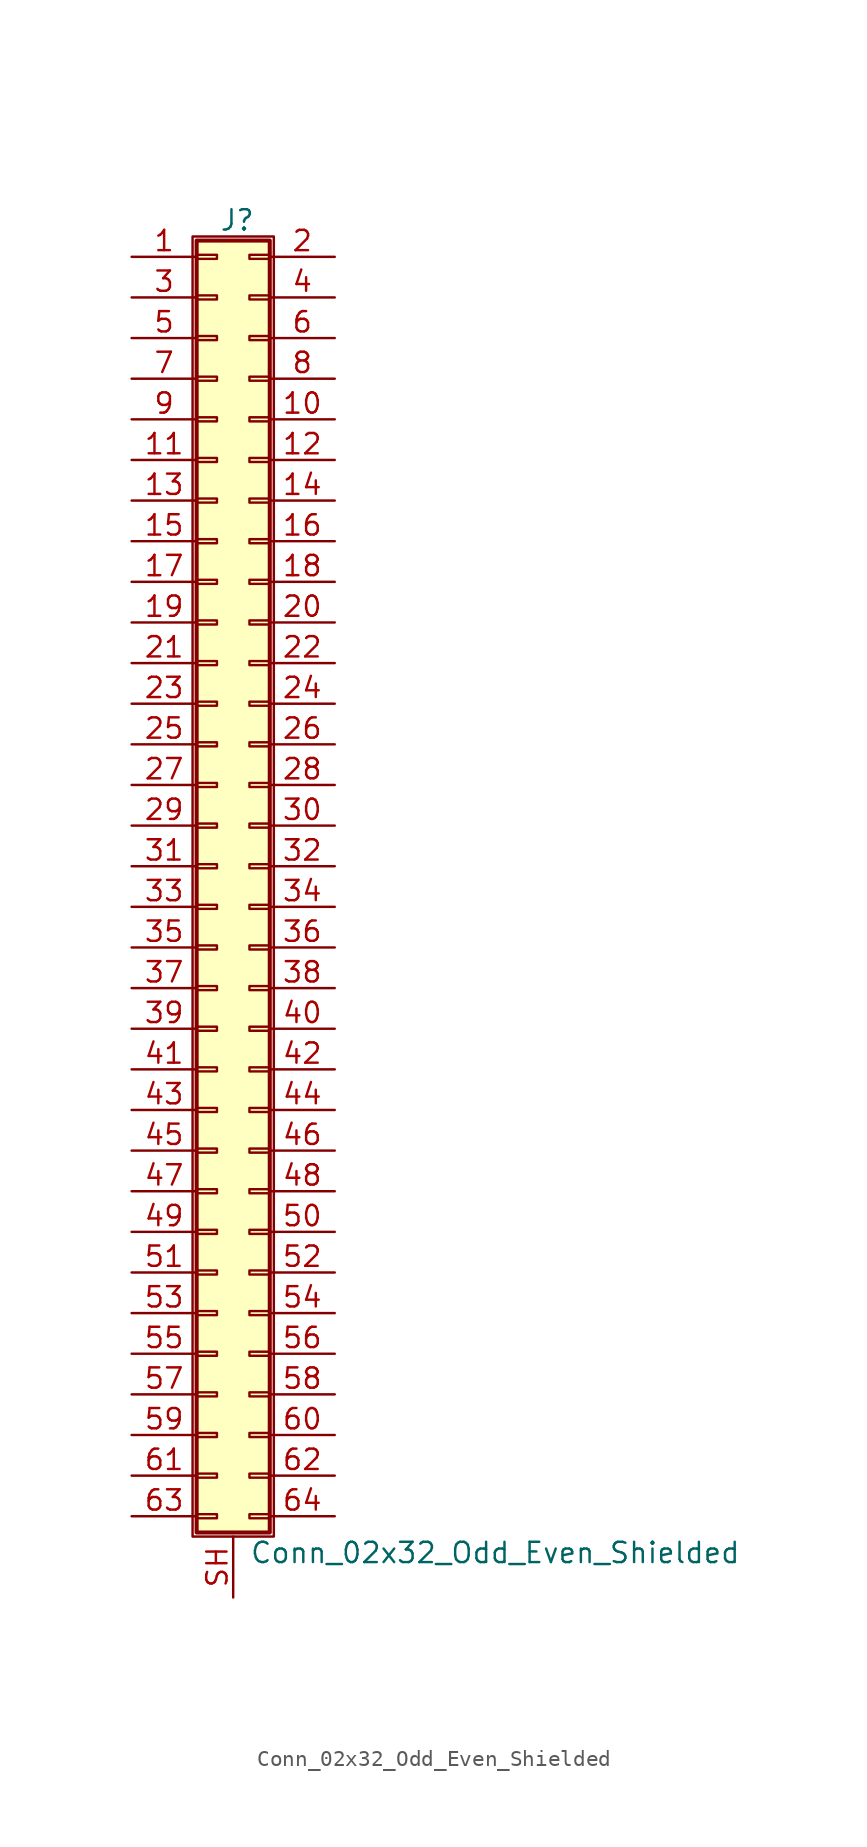
<source format=kicad_sym>
(kicad_symbol_lib
  (version 20201005)
  (generator kicad_symbol_editor)
  (symbol "Conn_02x32_Odd_Even_Shielded"
    (pin_names
      (offset 1.016) hide)
    (property "Reference" "J"
      (at 1.524 40.386 0)
      (effects (font (size 1.27 1.27))))
    (property "Value" "Conn_02x32_Odd_Even_Shielded"
      (at 2.286 -42.926 0)
      (effects (font (size 1.27 1.27)) (justify left)))
    (symbol "Conn_02x32_Odd_Even_Shielded_1_1"
      (rectangle (start -1.27 39.37) (end 3.81 -41.91) (stroke (width 0.152)) (fill (type none)))
      (rectangle (start -1.016 -40.513) (end 0.254 -40.767) (stroke (width 0.152)) (fill (type none)))
      (rectangle (start -1.016 -37.973) (end 0.254 -38.227) (stroke (width 0.152)) (fill (type none)))
      (rectangle (start -1.016 -35.433) (end 0.254 -35.687) (stroke (width 0.152)) (fill (type none)))
      (rectangle (start -1.016 -32.893) (end 0.254 -33.147) (stroke (width 0.152)) (fill (type none)))
      (rectangle (start -1.016 -30.353) (end 0.254 -30.607) (stroke (width 0.152)) (fill (type none)))
      (rectangle (start -1.016 -27.813) (end 0.254 -28.067) (stroke (width 0.152)) (fill (type none)))
      (rectangle (start -1.016 -25.273) (end 0.254 -25.527) (stroke (width 0.152)) (fill (type none)))
      (rectangle (start -1.016 -22.733) (end 0.254 -22.987) (stroke (width 0.152)) (fill (type none)))
      (rectangle (start -1.016 -20.193) (end 0.254 -20.447) (stroke (width 0.152)) (fill (type none)))
      (rectangle (start -1.016 -17.653) (end 0.254 -17.907) (stroke (width 0.152)) (fill (type none)))
      (rectangle (start -1.016 -15.113) (end 0.254 -15.367) (stroke (width 0.152)) (fill (type none)))
      (rectangle (start -1.016 -12.573) (end 0.254 -12.827) (stroke (width 0.152)) (fill (type none)))
      (rectangle (start -1.016 -10.033) (end 0.254 -10.287) (stroke (width 0.152)) (fill (type none)))
      (rectangle (start -1.016 -7.493) (end 0.254 -7.747) (stroke (width 0.152)) (fill (type none)))
      (rectangle (start -1.016 -4.953) (end 0.254 -5.207) (stroke (width 0.152)) (fill (type none)))
      (rectangle (start -1.016 -2.413) (end 0.254 -2.667) (stroke (width 0.152)) (fill (type none)))
      (rectangle (start -1.016 0.127) (end 0.254 -0.127) (stroke (width 0.152)) (fill (type none)))
      (rectangle (start -1.016 2.667) (end 0.254 2.413) (stroke (width 0.152)) (fill (type none)))
      (rectangle (start -1.016 5.207) (end 0.254 4.953) (stroke (width 0.152)) (fill (type none)))
      (rectangle (start -1.016 7.747) (end 0.254 7.493) (stroke (width 0.152)) (fill (type none)))
      (rectangle (start -1.016 10.287) (end 0.254 10.033) (stroke (width 0.152)) (fill (type none)))
      (rectangle (start -1.016 12.827) (end 0.254 12.573) (stroke (width 0.152)) (fill (type none)))
      (rectangle (start -1.016 15.367) (end 0.254 15.113) (stroke (width 0.152)) (fill (type none)))
      (rectangle (start -1.016 17.907) (end 0.254 17.653) (stroke (width 0.152)) (fill (type none)))
      (rectangle (start -1.016 20.447) (end 0.254 20.193) (stroke (width 0.152)) (fill (type none)))
      (rectangle (start -1.016 22.987) (end 0.254 22.733) (stroke (width 0.152)) (fill (type none)))
      (rectangle (start -1.016 25.527) (end 0.254 25.273) (stroke (width 0.152)) (fill (type none)))
      (rectangle (start -1.016 28.067) (end 0.254 27.813) (stroke (width 0.152)) (fill (type none)))
      (rectangle (start -1.016 30.607) (end 0.254 30.353) (stroke (width 0.152)) (fill (type none)))
      (rectangle (start -1.016 33.147) (end 0.254 32.893) (stroke (width 0.152)) (fill (type none)))
      (rectangle (start -1.016 35.687) (end 0.254 35.433) (stroke (width 0.152)) (fill (type none)))
      (rectangle (start -1.016 38.227) (end 0.254 37.973) (stroke (width 0.152)) (fill (type none)))
      (rectangle (start 3.556 -40.513) (end 2.286 -40.767) (stroke (width 0.152)) (fill (type none)))
      (rectangle (start 3.556 -37.973) (end 2.286 -38.227) (stroke (width 0.152)) (fill (type none)))
      (rectangle (start 3.556 -35.433) (end 2.286 -35.687) (stroke (width 0.152)) (fill (type none)))
      (rectangle (start 3.556 -32.893) (end 2.286 -33.147) (stroke (width 0.152)) (fill (type none)))
      (rectangle (start 3.556 -30.353) (end 2.286 -30.607) (stroke (width 0.152)) (fill (type none)))
      (rectangle (start 3.556 -27.813) (end 2.286 -28.067) (stroke (width 0.152)) (fill (type none)))
      (rectangle (start 3.556 -25.273) (end 2.286 -25.527) (stroke (width 0.152)) (fill (type none)))
      (rectangle (start 3.556 -22.733) (end 2.286 -22.987) (stroke (width 0.152)) (fill (type none)))
      (rectangle (start 3.556 -20.193) (end 2.286 -20.447) (stroke (width 0.152)) (fill (type none)))
      (rectangle (start 3.556 -17.653) (end 2.286 -17.907) (stroke (width 0.152)) (fill (type none)))
      (rectangle (start 3.556 -15.113) (end 2.286 -15.367) (stroke (width 0.152)) (fill (type none)))
      (rectangle (start 3.556 -12.573) (end 2.286 -12.827) (stroke (width 0.152)) (fill (type none)))
      (rectangle (start 3.556 -10.033) (end 2.286 -10.287) (stroke (width 0.152)) (fill (type none)))
      (rectangle (start 3.556 -7.493) (end 2.286 -7.747) (stroke (width 0.152)) (fill (type none)))
      (rectangle (start 3.556 -4.953) (end 2.286 -5.207) (stroke (width 0.152)) (fill (type none)))
      (rectangle (start 3.556 -2.413) (end 2.286 -2.667) (stroke (width 0.152)) (fill (type none)))
      (rectangle (start 3.556 0.127) (end 2.286 -0.127) (stroke (width 0.152)) (fill (type none)))
      (rectangle (start 3.556 2.667) (end 2.286 2.413) (stroke (width 0.152)) (fill (type none)))
      (rectangle (start 3.556 5.207) (end 2.286 4.953) (stroke (width 0.152)) (fill (type none)))
      (rectangle (start 3.556 7.747) (end 2.286 7.493) (stroke (width 0.152)) (fill (type none)))
      (rectangle (start 3.556 10.287) (end 2.286 10.033) (stroke (width 0.152)) (fill (type none)))
      (rectangle (start 3.556 12.827) (end 2.286 12.573) (stroke (width 0.152)) (fill (type none)))
      (rectangle (start 3.556 15.367) (end 2.286 15.113) (stroke (width 0.152)) (fill (type none)))
      (rectangle (start 3.556 17.907) (end 2.286 17.653) (stroke (width 0.152)) (fill (type none)))
      (rectangle (start 3.556 20.447) (end 2.286 20.193) (stroke (width 0.152)) (fill (type none)))
      (rectangle (start 3.556 22.987) (end 2.286 22.733) (stroke (width 0.152)) (fill (type none)))
      (rectangle (start 3.556 25.527) (end 2.286 25.273) (stroke (width 0.152)) (fill (type none)))
      (rectangle (start 3.556 28.067) (end 2.286 27.813) (stroke (width 0.152)) (fill (type none)))
      (rectangle (start 3.556 30.607) (end 2.286 30.353) (stroke (width 0.152)) (fill (type none)))
      (rectangle (start 3.556 33.147) (end 2.286 32.893) (stroke (width 0.152)) (fill (type none)))
      (rectangle (start 3.556 35.687) (end 2.286 35.433) (stroke (width 0.152)) (fill (type none)))
      (rectangle (start 3.556 38.227) (end 2.286 37.973) (stroke (width 0.152)) (fill (type none)))
      (rectangle (start -1.016 39.116) (end 3.556 -41.656) (stroke (width 0.254)) (fill (type background)))
      (pin passive line (at -5.08 38.1 0) (length 4.064) (name "Pin_1" (effects (font (size 1.27 1.27)))) (number "1" (effects (font (size 1.27 1.27)))))
      (pin passive line (at 7.62 27.94 180) (length 4.064) (name "Pin_10" (effects (font (size 1.27 1.27)))) (number "10" (effects (font (size 1.27 1.27)))))
      (pin passive line (at -5.08 25.4 0) (length 4.064) (name "Pin_11" (effects (font (size 1.27 1.27)))) (number "11" (effects (font (size 1.27 1.27)))))
      (pin passive line (at 7.62 25.4 180) (length 4.064) (name "Pin_12" (effects (font (size 1.27 1.27)))) (number "12" (effects (font (size 1.27 1.27)))))
      (pin passive line (at -5.08 22.86 0) (length 4.064) (name "Pin_13" (effects (font (size 1.27 1.27)))) (number "13" (effects (font (size 1.27 1.27)))))
      (pin passive line (at 7.62 22.86 180) (length 4.064) (name "Pin_14" (effects (font (size 1.27 1.27)))) (number "14" (effects (font (size 1.27 1.27)))))
      (pin passive line (at -5.08 20.32 0) (length 4.064) (name "Pin_15" (effects (font (size 1.27 1.27)))) (number "15" (effects (font (size 1.27 1.27)))))
      (pin passive line (at 7.62 20.32 180) (length 4.064) (name "Pin_16" (effects (font (size 1.27 1.27)))) (number "16" (effects (font (size 1.27 1.27)))))
      (pin passive line (at -5.08 17.78 0) (length 4.064) (name "Pin_17" (effects (font (size 1.27 1.27)))) (number "17" (effects (font (size 1.27 1.27)))))
      (pin passive line (at 7.62 17.78 180) (length 4.064) (name "Pin_18" (effects (font (size 1.27 1.27)))) (number "18" (effects (font (size 1.27 1.27)))))
      (pin passive line (at -5.08 15.24 0) (length 4.064) (name "Pin_19" (effects (font (size 1.27 1.27)))) (number "19" (effects (font (size 1.27 1.27)))))
      (pin passive line (at 7.62 38.1 180) (length 4.064) (name "Pin_2" (effects (font (size 1.27 1.27)))) (number "2" (effects (font (size 1.27 1.27)))))
      (pin passive line (at 7.62 15.24 180) (length 4.064) (name "Pin_20" (effects (font (size 1.27 1.27)))) (number "20" (effects (font (size 1.27 1.27)))))
      (pin passive line (at -5.08 12.7 0) (length 4.064) (name "Pin_21" (effects (font (size 1.27 1.27)))) (number "21" (effects (font (size 1.27 1.27)))))
      (pin passive line (at 7.62 12.7 180) (length 4.064) (name "Pin_22" (effects (font (size 1.27 1.27)))) (number "22" (effects (font (size 1.27 1.27)))))
      (pin passive line (at -5.08 10.16 0) (length 4.064) (name "Pin_23" (effects (font (size 1.27 1.27)))) (number "23" (effects (font (size 1.27 1.27)))))
      (pin passive line (at 7.62 10.16 180) (length 4.064) (name "Pin_24" (effects (font (size 1.27 1.27)))) (number "24" (effects (font (size 1.27 1.27)))))
      (pin passive line (at -5.08 7.62 0) (length 4.064) (name "Pin_25" (effects (font (size 1.27 1.27)))) (number "25" (effects (font (size 1.27 1.27)))))
      (pin passive line (at 7.62 7.62 180) (length 4.064) (name "Pin_26" (effects (font (size 1.27 1.27)))) (number "26" (effects (font (size 1.27 1.27)))))
      (pin passive line (at -5.08 5.08 0) (length 4.064) (name "Pin_27" (effects (font (size 1.27 1.27)))) (number "27" (effects (font (size 1.27 1.27)))))
      (pin passive line (at 7.62 5.08 180) (length 4.064) (name "Pin_28" (effects (font (size 1.27 1.27)))) (number "28" (effects (font (size 1.27 1.27)))))
      (pin passive line (at -5.08 2.54 0) (length 4.064) (name "Pin_29" (effects (font (size 1.27 1.27)))) (number "29" (effects (font (size 1.27 1.27)))))
      (pin passive line (at -5.08 35.56 0) (length 4.064) (name "Pin_3" (effects (font (size 1.27 1.27)))) (number "3" (effects (font (size 1.27 1.27)))))
      (pin passive line (at 7.62 2.54 180) (length 4.064) (name "Pin_30" (effects (font (size 1.27 1.27)))) (number "30" (effects (font (size 1.27 1.27)))))
      (pin passive line (at -5.08 0 0) (length 4.064) (name "Pin_31" (effects (font (size 1.27 1.27)))) (number "31" (effects (font (size 1.27 1.27)))))
      (pin passive line (at 7.62 0 180) (length 4.064) (name "Pin_32" (effects (font (size 1.27 1.27)))) (number "32" (effects (font (size 1.27 1.27)))))
      (pin passive line (at -5.08 -2.54 0) (length 4.064) (name "Pin_33" (effects (font (size 1.27 1.27)))) (number "33" (effects (font (size 1.27 1.27)))))
      (pin passive line (at 7.62 -2.54 180) (length 4.064) (name "Pin_34" (effects (font (size 1.27 1.27)))) (number "34" (effects (font (size 1.27 1.27)))))
      (pin passive line (at -5.08 -5.08 0) (length 4.064) (name "Pin_35" (effects (font (size 1.27 1.27)))) (number "35" (effects (font (size 1.27 1.27)))))
      (pin passive line (at 7.62 -5.08 180) (length 4.064) (name "Pin_36" (effects (font (size 1.27 1.27)))) (number "36" (effects (font (size 1.27 1.27)))))
      (pin passive line (at -5.08 -7.62 0) (length 4.064) (name "Pin_37" (effects (font (size 1.27 1.27)))) (number "37" (effects (font (size 1.27 1.27)))))
      (pin passive line (at 7.62 -7.62 180) (length 4.064) (name "Pin_38" (effects (font (size 1.27 1.27)))) (number "38" (effects (font (size 1.27 1.27)))))
      (pin passive line (at -5.08 -10.16 0) (length 4.064) (name "Pin_39" (effects (font (size 1.27 1.27)))) (number "39" (effects (font (size 1.27 1.27)))))
      (pin passive line (at 7.62 35.56 180) (length 4.064) (name "Pin_4" (effects (font (size 1.27 1.27)))) (number "4" (effects (font (size 1.27 1.27)))))
      (pin passive line (at 7.62 -10.16 180) (length 4.064) (name "Pin_40" (effects (font (size 1.27 1.27)))) (number "40" (effects (font (size 1.27 1.27)))))
      (pin passive line (at -5.08 -12.7 0) (length 4.064) (name "Pin_41" (effects (font (size 1.27 1.27)))) (number "41" (effects (font (size 1.27 1.27)))))
      (pin passive line (at 7.62 -12.7 180) (length 4.064) (name "Pin_42" (effects (font (size 1.27 1.27)))) (number "42" (effects (font (size 1.27 1.27)))))
      (pin passive line (at -5.08 -15.24 0) (length 4.064) (name "Pin_43" (effects (font (size 1.27 1.27)))) (number "43" (effects (font (size 1.27 1.27)))))
      (pin passive line (at 7.62 -15.24 180) (length 4.064) (name "Pin_44" (effects (font (size 1.27 1.27)))) (number "44" (effects (font (size 1.27 1.27)))))
      (pin passive line (at -5.08 -17.78 0) (length 4.064) (name "Pin_45" (effects (font (size 1.27 1.27)))) (number "45" (effects (font (size 1.27 1.27)))))
      (pin passive line (at 7.62 -17.78 180) (length 4.064) (name "Pin_46" (effects (font (size 1.27 1.27)))) (number "46" (effects (font (size 1.27 1.27)))))
      (pin passive line (at -5.08 -20.32 0) (length 4.064) (name "Pin_47" (effects (font (size 1.27 1.27)))) (number "47" (effects (font (size 1.27 1.27)))))
      (pin passive line (at 7.62 -20.32 180) (length 4.064) (name "Pin_48" (effects (font (size 1.27 1.27)))) (number "48" (effects (font (size 1.27 1.27)))))
      (pin passive line (at -5.08 -22.86 0) (length 4.064) (name "Pin_49" (effects (font (size 1.27 1.27)))) (number "49" (effects (font (size 1.27 1.27)))))
      (pin passive line (at -5.08 33.02 0) (length 4.064) (name "Pin_5" (effects (font (size 1.27 1.27)))) (number "5" (effects (font (size 1.27 1.27)))))
      (pin passive line (at 7.62 -22.86 180) (length 4.064) (name "Pin_50" (effects (font (size 1.27 1.27)))) (number "50" (effects (font (size 1.27 1.27)))))
      (pin passive line (at -5.08 -25.4 0) (length 4.064) (name "Pin_51" (effects (font (size 1.27 1.27)))) (number "51" (effects (font (size 1.27 1.27)))))
      (pin passive line (at 7.62 -25.4 180) (length 4.064) (name "Pin_52" (effects (font (size 1.27 1.27)))) (number "52" (effects (font (size 1.27 1.27)))))
      (pin passive line (at -5.08 -27.94 0) (length 4.064) (name "Pin_53" (effects (font (size 1.27 1.27)))) (number "53" (effects (font (size 1.27 1.27)))))
      (pin passive line (at 7.62 -27.94 180) (length 4.064) (name "Pin_54" (effects (font (size 1.27 1.27)))) (number "54" (effects (font (size 1.27 1.27)))))
      (pin passive line (at -5.08 -30.48 0) (length 4.064) (name "Pin_55" (effects (font (size 1.27 1.27)))) (number "55" (effects (font (size 1.27 1.27)))))
      (pin passive line (at 7.62 -30.48 180) (length 4.064) (name "Pin_56" (effects (font (size 1.27 1.27)))) (number "56" (effects (font (size 1.27 1.27)))))
      (pin passive line (at -5.08 -33.02 0) (length 4.064) (name "Pin_57" (effects (font (size 1.27 1.27)))) (number "57" (effects (font (size 1.27 1.27)))))
      (pin passive line (at 7.62 -33.02 180) (length 4.064) (name "Pin_58" (effects (font (size 1.27 1.27)))) (number "58" (effects (font (size 1.27 1.27)))))
      (pin passive line (at -5.08 -35.56 0) (length 4.064) (name "Pin_59" (effects (font (size 1.27 1.27)))) (number "59" (effects (font (size 1.27 1.27)))))
      (pin passive line (at 7.62 33.02 180) (length 4.064) (name "Pin_6" (effects (font (size 1.27 1.27)))) (number "6" (effects (font (size 1.27 1.27)))))
      (pin passive line (at 7.62 -35.56 180) (length 4.064) (name "Pin_60" (effects (font (size 1.27 1.27)))) (number "60" (effects (font (size 1.27 1.27)))))
      (pin passive line (at -5.08 -38.1 0) (length 4.064) (name "Pin_61" (effects (font (size 1.27 1.27)))) (number "61" (effects (font (size 1.27 1.27)))))
      (pin passive line (at 7.62 -38.1 180) (length 4.064) (name "Pin_62" (effects (font (size 1.27 1.27)))) (number "62" (effects (font (size 1.27 1.27)))))
      (pin passive line (at -5.08 -40.64 0) (length 4.064) (name "Pin_63" (effects (font (size 1.27 1.27)))) (number "63" (effects (font (size 1.27 1.27)))))
      (pin passive line (at 7.62 -40.64 180) (length 4.064) (name "Pin_64" (effects (font (size 1.27 1.27)))) (number "64" (effects (font (size 1.27 1.27)))))
      (pin passive line (at -5.08 30.48 0) (length 4.064) (name "Pin_7" (effects (font (size 1.27 1.27)))) (number "7" (effects (font (size 1.27 1.27)))))
      (pin passive line (at 7.62 30.48 180) (length 4.064) (name "Pin_8" (effects (font (size 1.27 1.27)))) (number "8" (effects (font (size 1.27 1.27)))))
      (pin passive line (at -5.08 27.94 0) (length 4.064) (name "Pin_9" (effects (font (size 1.27 1.27)))) (number "9" (effects (font (size 1.27 1.27)))))
      (pin passive line (at 1.27 -45.72 90) (length 3.81) (name "Shield" (effects (font (size 1.27 1.27)))) (number "SH" (effects (font (size 1.27 1.27))))))))
</source>
